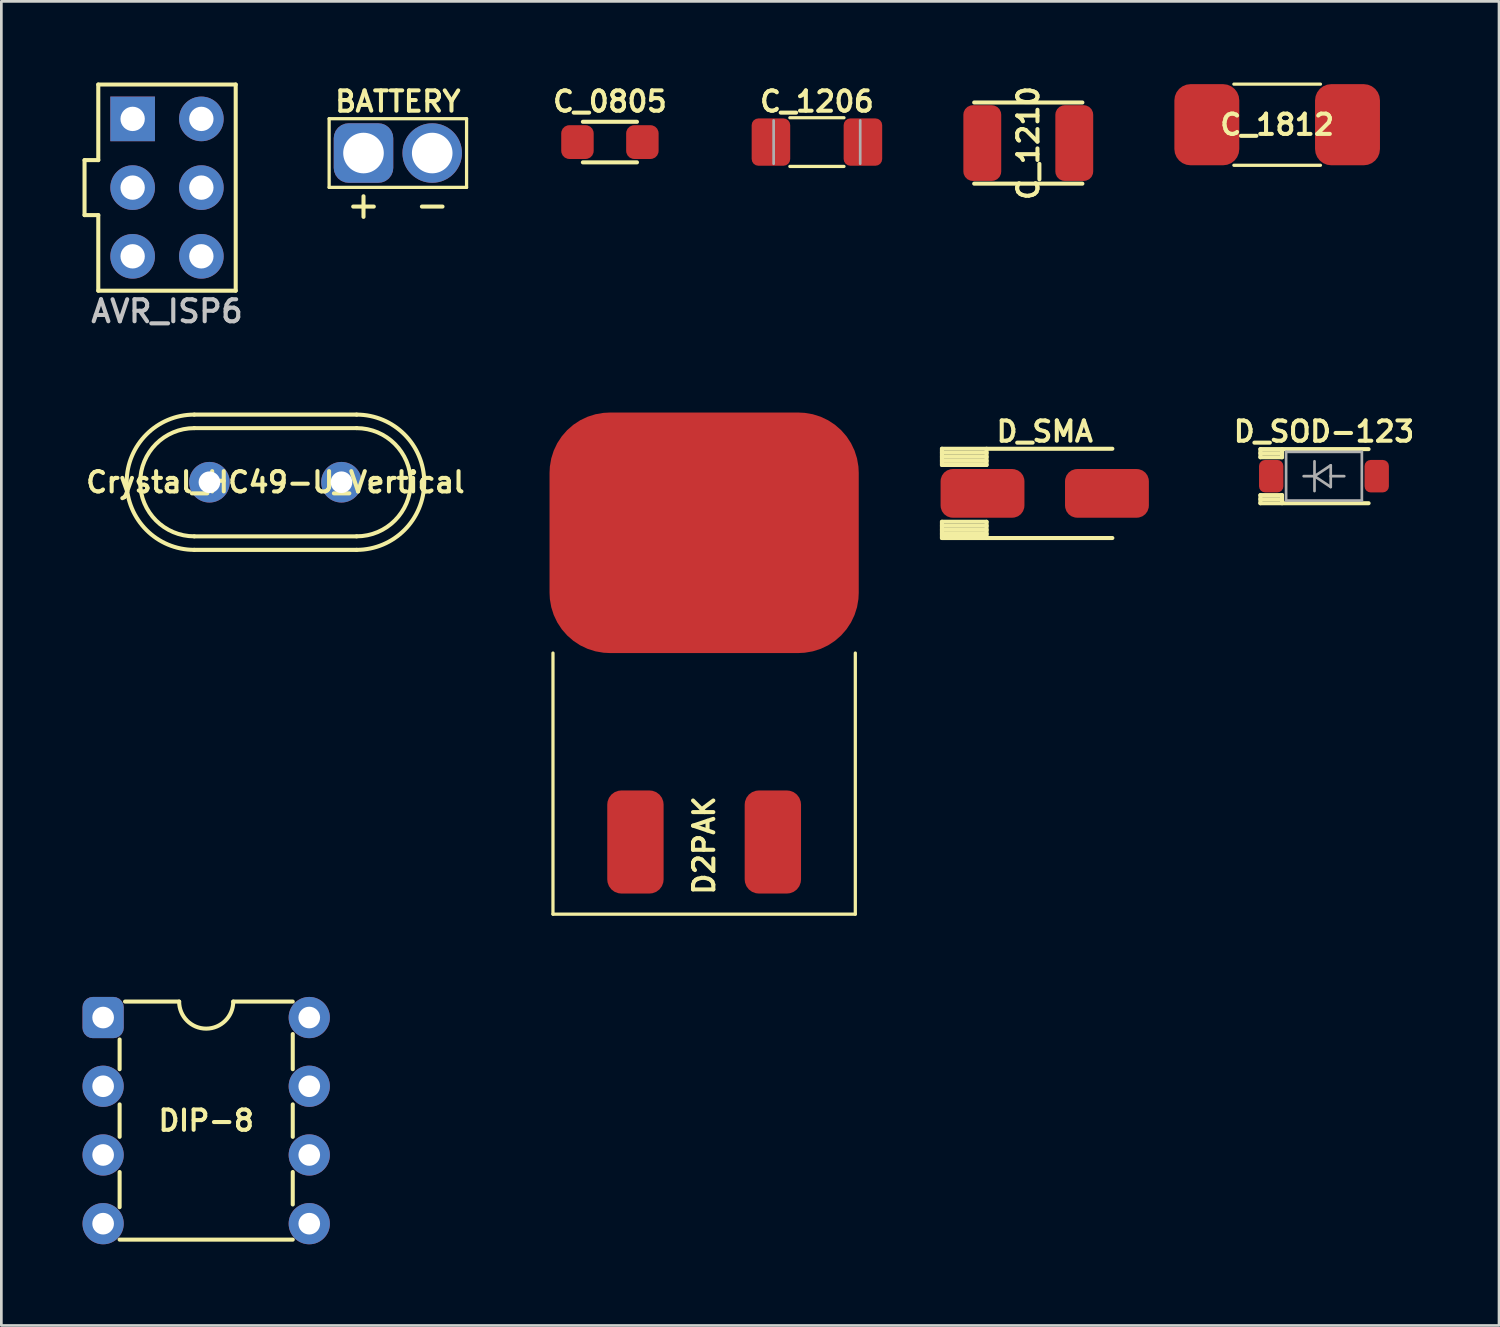
<source format=kicad_pcb>
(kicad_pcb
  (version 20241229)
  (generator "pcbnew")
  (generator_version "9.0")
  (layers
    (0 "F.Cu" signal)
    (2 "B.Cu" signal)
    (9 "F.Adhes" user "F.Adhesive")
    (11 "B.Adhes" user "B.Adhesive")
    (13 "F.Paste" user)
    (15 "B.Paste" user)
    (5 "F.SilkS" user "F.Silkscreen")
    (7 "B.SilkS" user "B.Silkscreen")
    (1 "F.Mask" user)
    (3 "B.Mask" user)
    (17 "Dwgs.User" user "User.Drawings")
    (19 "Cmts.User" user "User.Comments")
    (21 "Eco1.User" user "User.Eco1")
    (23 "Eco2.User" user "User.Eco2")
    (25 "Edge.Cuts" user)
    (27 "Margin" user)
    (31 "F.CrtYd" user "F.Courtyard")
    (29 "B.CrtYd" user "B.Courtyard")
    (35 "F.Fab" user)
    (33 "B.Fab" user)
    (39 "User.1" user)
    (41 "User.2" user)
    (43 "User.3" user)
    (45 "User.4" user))
  (footprint "C_1210"
    (layer "F.Cu")
    (at 34.961 2.239)
    (property "Reference" "C_1210" (at 0 0 90) (layer "F.SilkS") (effects (font (size 0.75 0.75) (thickness 0.15))))
    (attr smd)
    (fp_line (start -2 1.5) (end 2 1.5) (stroke (width 0.15) (type solid)) (layer "F.SilkS"))
    (fp_line (start 2 -1.5) (end -2 -1.5) (stroke (width 0.15) (type solid)) (layer "F.SilkS"))
    (pad "1" smd roundrect (at -1.7 0) (size 1.4 2.8) (layers "F.Cu" "F.Mask" "F.Paste") (roundrect_rratio 0.25))
    (pad "2" smd roundrect (at 1.7 0) (size 1.4 2.8) (layers "F.Cu" "F.Mask" "F.Paste") (roundrect_rratio 0.25)))
  (footprint "AVR_ISP6"
    (layer "F.Cu")
    (at 3.123 3.885)
    (property "Reference" "AVR_ISP6" (at 0 4.572 0) (layer "Dwgs.User") (effects (font (size 0.813 0.813) (thickness 0.152))))
    (attr through_hole)
    (fp_line (start -3.048 -1.016) (end -2.54 -1.016) (stroke (width 0.15) (type solid)) (layer "F.SilkS"))
    (fp_line (start -3.048 1.016) (end -3.048 -1.016) (stroke (width 0.15) (type solid)) (layer "F.SilkS"))
    (fp_line (start -2.54 -3.81) (end 2.54 -3.81) (stroke (width 0.15) (type solid)) (layer "F.SilkS"))
    (fp_line (start -2.54 -1.016) (end -2.54 -3.81) (stroke (width 0.15) (type solid)) (layer "F.SilkS"))
    (fp_line (start -2.54 1.016) (end -3.048 1.016) (stroke (width 0.15) (type solid)) (layer "F.SilkS"))
    (fp_line (start -2.54 3.81) (end -2.54 1.016) (stroke (width 0.15) (type solid)) (layer "F.SilkS"))
    (fp_line (start 2.54 -3.81) (end 2.54 3.81) (stroke (width 0.15) (type solid)) (layer "F.SilkS"))
    (fp_line (start 2.54 3.81) (end -2.54 3.81) (stroke (width 0.15) (type solid)) (layer "F.SilkS"))
    (pad "1" thru_hole rect (at -1.27 -2.54) (size 1.65 1.65) (drill 0.9) (layers "*.Cu" "*.Mask"))
    (pad "2" thru_hole circle (at 1.27 -2.54) (size 1.65 1.65) (drill 0.9) (layers "*.Cu" "*.Mask"))
    (pad "3" thru_hole circle (at -1.27 0) (size 1.65 1.65) (drill 0.9) (layers "*.Cu" "*.Mask"))
    (pad "4" thru_hole circle (at 1.27 0) (size 1.65 1.65) (drill 0.9) (layers "*.Cu" "*.Mask"))
    (pad "5" thru_hole circle (at -1.27 2.54) (size 1.65 1.65) (drill 0.9) (layers "*.Cu" "*.Mask"))
    (pad "6" thru_hole circle (at 1.27 2.54) (size 1.65 1.65) (drill 0.9) (layers "*.Cu" "*.Mask")))
  (footprint "D_SOD-123"
    (layer "F.Cu")
    (at 45.891 14.552)
    (property "Reference" "D_SOD-123" (at 0 -1.65 0) (layer "F.SilkS") (effects (font (size 0.75 0.75) (thickness 0.15))))
    (attr smd)
    (fp_line (start -2.35 -1) (end -2.35 -0.7) (stroke (width 0.15) (type solid)) (layer "F.SilkS"))
    (fp_line (start -2.35 -1) (end 1.65 -1) (stroke (width 0.15) (type solid)) (layer "F.SilkS"))
    (fp_line (start -2.35 -0.85) (end -1.55 -0.85) (stroke (width 0.15) (type solid)) (layer "F.SilkS"))
    (fp_line (start -2.35 -0.7) (end -1.55 -0.7) (stroke (width 0.15) (type solid)) (layer "F.SilkS"))
    (fp_line (start -2.35 0.7) (end -2.35 1) (stroke (width 0.15) (type solid)) (layer "F.SilkS"))
    (fp_line (start -2.35 0.7) (end -1.55 0.7) (stroke (width 0.15) (type solid)) (layer "F.SilkS"))
    (fp_line (start -2.35 0.85) (end -1.55 0.85) (stroke (width 0.15) (type solid)) (layer "F.SilkS"))
    (fp_line (start -2.35 1) (end 1.65 1) (stroke (width 0.15) (type solid)) (layer "F.SilkS"))
    (fp_line (start -1.55 -0.7) (end -1.55 -1) (stroke (width 0.15) (type solid)) (layer "F.SilkS"))
    (fp_line (start -1.55 0.7) (end -1.55 1) (stroke (width 0.15) (type solid)) (layer "F.SilkS"))
    (fp_line (start -1.4 -0.9) (end 1.4 -0.9) (stroke (width 0.1) (type solid)) (layer "F.Fab"))
    (fp_line (start -1.4 0.9) (end -1.4 -0.9) (stroke (width 0.1) (type solid)) (layer "F.Fab"))
    (fp_line (start -0.75 0) (end -0.35 0) (stroke (width 0.1) (type solid)) (layer "F.Fab"))
    (fp_line (start -0.35 0) (end -0.35 -0.55) (stroke (width 0.1) (type solid)) (layer "F.Fab"))
    (fp_line (start -0.35 0) (end -0.35 0.55) (stroke (width 0.1) (type solid)) (layer "F.Fab"))
    (fp_line (start -0.35 0) (end 0.25 -0.4) (stroke (width 0.1) (type solid)) (layer "F.Fab"))
    (fp_line (start 0.25 -0.4) (end 0.25 0.4) (stroke (width 0.1) (type solid)) (layer "F.Fab"))
    (fp_line (start 0.25 0) (end 0.75 0) (stroke (width 0.1) (type solid)) (layer "F.Fab"))
    (fp_line (start 0.25 0.4) (end -0.35 0) (stroke (width 0.1) (type solid)) (layer "F.Fab"))
    (fp_line (start 1.4 -0.9) (end 1.4 0.9) (stroke (width 0.1) (type solid)) (layer "F.Fab"))
    (fp_line (start 1.4 0.9) (end -1.4 0.9) (stroke (width 0.1) (type solid)) (layer "F.Fab"))
    (pad "1" smd roundrect (at -1.95 0) (size 0.9 1.2) (layers "F.Cu" "F.Mask" "F.Paste") (roundrect_rratio 0.25))
    (pad "2" smd roundrect (at 1.95 0) (size 0.9 1.2) (layers "F.Cu" "F.Mask" "F.Paste") (roundrect_rratio 0.25)))
  (footprint "DIP-8"
    (layer "F.Cu")
    (at 4.572 38.374)
    (property "Reference" "DIP-8" (at 0 0 0) (layer "F.SilkS") (effects (font (size 0.75 0.75) (thickness 0.15))))
    (attr through_hole)
    (fp_line (start -3.2 -1.9) (end -3.2 -3) (stroke (width 0.15) (type solid)) (layer "F.SilkS"))
    (fp_line (start -3.2 0.6) (end -3.2 -0.6) (stroke (width 0.15) (type solid)) (layer "F.SilkS"))
    (fp_line (start -3.2 3.2) (end -3.2 1.9) (stroke (width 0.15) (type solid)) (layer "F.SilkS"))
    (fp_line (start -3 -4.4) (end -1 -4.4) (stroke (width 0.15) (type solid)) (layer "F.SilkS"))
    (fp_line (start 3.2 -4.4) (end 1 -4.4) (stroke (width 0.15) (type solid)) (layer "F.SilkS"))
    (fp_line (start 3.2 -3.2) (end 3.2 -1.9) (stroke (width 0.15) (type solid)) (layer "F.SilkS"))
    (fp_line (start 3.2 0.6) (end 3.2 -0.6) (stroke (width 0.15) (type solid)) (layer "F.SilkS"))
    (fp_line (start 3.2 3.1) (end 3.2 1.9) (stroke (width 0.15) (type solid)) (layer "F.SilkS"))
    (fp_line (start 3.2 4.4) (end -3.2 4.4) (stroke (width 0.15) (type solid)) (layer "F.SilkS"))
    (fp_arc (start 1 -4.4) (mid 0 -3.4) (end -1 -4.4) (stroke (width 0.15) (type solid)) (layer "F.SilkS"))
    (pad "1" thru_hole roundrect (at -3.81 -3.81) (size 1.524 1.524) (drill 0.8) (layers "*.Cu" "*.Mask") (roundrect_rratio 0.25))
    (pad "2" thru_hole circle (at -3.81 -1.27) (size 1.524 1.524) (drill 0.8) (layers "*.Cu" "*.Mask"))
    (pad "3" thru_hole circle (at -3.81 1.27) (size 1.524 1.524) (drill 0.8) (layers "*.Cu" "*.Mask"))
    (pad "4" thru_hole circle (at -3.81 3.81) (size 1.524 1.524) (drill 0.8) (layers "*.Cu" "*.Mask"))
    (pad "5" thru_hole circle (at 3.81 3.81) (size 1.524 1.524) (drill 0.8) (layers "*.Cu" "*.Mask"))
    (pad "6" thru_hole circle (at 3.81 1.27) (size 1.524 1.524) (drill 0.8) (layers "*.Cu" "*.Mask"))
    (pad "7" thru_hole circle (at 3.81 -1.27) (size 1.524 1.524) (drill 0.8) (layers "*.Cu" "*.Mask"))
    (pad "8" thru_hole circle (at 3.81 -3.81) (size 1.524 1.524) (drill 0.8) (layers "*.Cu" "*.Mask")))
  (footprint "D2PAK"
    (layer "F.Cu")
    (at 22.979 21.09)
    (property "Reference" "D2PAK" (at 0 7.112 90) (unlocked yes) (layer "F.SilkS") (effects (font (size 0.75 0.75) (thickness 0.15))))
    (attr smd)
    (fp_line (start -5.588 0) (end -5.588 9.652) (stroke (width 0.12) (type solid)) (layer "F.SilkS"))
    (fp_line (start -5.588 9.652) (end 5.588 9.652) (stroke (width 0.12) (type solid)) (layer "F.SilkS"))
    (fp_line (start 5.588 9.652) (end 5.588 0) (stroke (width 0.12) (type solid)) (layer "F.SilkS"))
    (pad "1" smd roundrect (at -2.54 6.985) (size 2.083 3.81) (layers "F.Cu" "F.Mask" "F.Paste") (roundrect_rratio 0.25))
    (pad "2" smd roundrect (at 0 -4.445) (size 11.43 8.89) (layers "F.Cu" "F.Mask" "F.Paste") (roundrect_rratio 0.25))
    (pad "3" smd roundrect (at 2.54 6.985) (size 2.083 3.81) (layers "F.Cu" "F.Mask" "F.Paste") (roundrect_rratio 0.25)))
  (footprint "BATTERY"
    (layer "F.Cu")
    (at 11.657 2.607)
    (property "Reference" "BATTERY" (at 0 -1.905 0) (layer "F.SilkS") (effects (font (size 0.75 0.75) (thickness 0.15))))
    (attr through_hole)
    (fp_line (start -2.54 -1.27) (end 2.54 -1.27) (stroke (width 0.12) (type solid)) (layer "F.SilkS"))
    (fp_line (start -2.54 1.27) (end -2.54 -1.27) (stroke (width 0.12) (type solid)) (layer "F.SilkS"))
    (fp_line (start 2.54 -1.27) (end 2.54 1.27) (stroke (width 0.12) (type solid)) (layer "F.SilkS"))
    (fp_line (start 2.54 1.27) (end -2.54 1.27) (stroke (width 0.12) (type solid)) (layer "F.SilkS"))
    (fp_text user "-" (at 1.27 1.905 0) (layer "F.SilkS") (effects (font (size 1 1) (thickness 0.15))))
    (fp_text user "+" (at -1.27 1.905 0) (layer "F.SilkS") (effects (font (size 1 1) (thickness 0.15))))
    (pad "1" thru_hole roundrect (at -1.27 0) (size 2.2 2.2) (drill 1.5) (layers "*.Cu" "*.Mask") (roundrect_rratio 0.25))
    (pad "2" thru_hole circle (at 1.27 0) (size 2.2 2.2) (drill 1.5) (layers "*.Cu" "*.Mask")))
  (footprint "C_1812"
    (layer "F.Cu")
    (at 44.161 1.56)
    (property "Reference" "C_1812" (at 0 0 0) (layer "F.SilkS") (effects (font (size 0.75 0.75) (thickness 0.15))))
    (attr smd)
    (fp_line (start -1.6 1.5) (end 1.6 1.5) (stroke (width 0.12) (type solid)) (layer "F.SilkS"))
    (fp_line (start 1.6 -1.5) (end -1.6 -1.5) (stroke (width 0.12) (type solid)) (layer "F.SilkS"))
    (pad "1" smd roundrect (at -2.6 0) (size 2.4 3) (layers "F.Cu" "F.Mask" "F.Paste") (roundrect_rratio 0.25))
    (pad "2" smd roundrect (at 2.6 0) (size 2.4 3) (layers "F.Cu" "F.Mask" "F.Paste") (roundrect_rratio 0.25)))
  (footprint "C_1206"
    (layer "F.Cu")
    (at 27.148 2.202)
    (property "Reference" "C_1206" (at 0 -1.5 0) (layer "F.SilkS") (effects (font (size 0.75 0.75) (thickness 0.15))))
    (attr smd)
    (fp_line (start -1 -0.9) (end 1 -0.9) (stroke (width 0.12) (type solid)) (layer "F.SilkS"))
    (fp_line (start -1 0.9) (end 1 0.9) (stroke (width 0.12) (type solid)) (layer "F.SilkS"))
    (fp_line (start -1.6 0.8) (end -1.6 -0.8) (stroke (width 0.1) (type solid)) (layer "F.Fab"))
    (fp_line (start 1.6 -0.8) (end 1.6 0.8) (stroke (width 0.1) (type solid)) (layer "F.Fab"))
    (pad "1" smd roundrect (at -1.7 0) (size 1.425 1.75) (layers "F.Cu" "F.Mask" "F.Paste") (roundrect_rratio 0.175))
    (pad "2" smd roundrect (at 1.7 0) (size 1.425 1.75) (layers "F.Cu" "F.Mask" "F.Paste") (roundrect_rratio 0.175)))
  (footprint "Crystal_HC49-U_Vertical"
    (layer "F.Cu")
    (at 7.132 14.776)
    (property "Reference" "Crystal_HC49-U_Vertical" (at 0 0 0) (layer "F.SilkS") (effects (font (size 0.75 0.75) (thickness 0.15))))
    (attr through_hole)
    (fp_line (start -3 -2.5) (end 3 -2.5) (stroke (width 0.152) (type solid)) (layer "F.SilkS"))
    (fp_line (start -3 2) (end 3 2) (stroke (width 0.15) (type solid)) (layer "F.SilkS"))
    (fp_line (start 3 -2) (end -3 -2) (stroke (width 0.15) (type solid)) (layer "F.SilkS"))
    (fp_line (start 3 2.5) (end -3 2.5) (stroke (width 0.152) (type solid)) (layer "F.SilkS"))
    (fp_arc (start -3 2) (mid -5 0) (end -3 -2) (stroke (width 0.15) (type solid)) (layer "F.SilkS"))
    (fp_arc (start -3 2.5) (mid -5.5 0) (end -3 -2.5) (stroke (width 0.15) (type solid)) (layer "F.SilkS"))
    (fp_arc (start 3 -2.5) (mid 5.5 0) (end 3 2.5) (stroke (width 0.15) (type solid)) (layer "F.SilkS"))
    (fp_arc (start 3 -2) (mid 5 0) (end 3 2) (stroke (width 0.15) (type solid)) (layer "F.SilkS"))
    (pad "1" thru_hole circle (at -2.44 0) (size 1.501 1.501) (drill 0.8) (layers "*.Cu" "*.Mask"))
    (pad "2" thru_hole circle (at 2.44 0) (size 1.501 1.501) (drill 0.8) (layers "*.Cu" "*.Mask")))
  (footprint "C_0805"
    (layer "F.Cu")
    (at 19.496 2.202)
    (property "Reference" "C_0805" (at 0 -1.5 0) (layer "F.SilkS") (effects (font (size 0.75 0.75) (thickness 0.15))))
    (attr smd)
    (fp_line (start -1 0.75) (end 1 0.75) (stroke (width 0.15) (type solid)) (layer "F.SilkS"))
    (fp_line (start 1 -0.75) (end -1 -0.75) (stroke (width 0.15) (type solid)) (layer "F.SilkS"))
    (pad "1" smd roundrect (at -1.2 0) (size 1.2 1.25) (layers "F.Cu" "F.Mask" "F.Paste") (roundrect_rratio 0.25))
    (pad "2" smd roundrect (at 1.2 0) (size 1.2 1.25) (layers "F.Cu" "F.Mask" "F.Paste") (roundrect_rratio 0.25)))
  (footprint "D_SMA"
    (layer "F.Cu")
    (at 35.569 15.188)
    (property "Reference" "D_SMA" (at 0 -2.286 0) (layer "F.SilkS") (effects (font (size 0.75 0.75) (thickness 0.15))))
    (attr smd)
    (fp_line (start -3.8 -1.65) (end -3.8 -1.05) (stroke (width 0.15) (type solid)) (layer "F.SilkS"))
    (fp_line (start -3.8 -1.65) (end 2.5 -1.65) (stroke (width 0.15) (type solid)) (layer "F.SilkS"))
    (fp_line (start -3.8 -1.5) (end -2.15 -1.5) (stroke (width 0.15) (type solid)) (layer "F.SilkS"))
    (fp_line (start -3.8 -1.35) (end -2.15 -1.35) (stroke (width 0.15) (type solid)) (layer "F.SilkS"))
    (fp_line (start -3.8 -1.2) (end -2.15 -1.2) (stroke (width 0.15) (type solid)) (layer "F.SilkS"))
    (fp_line (start -3.8 -1.05) (end -2.15 -1.05) (stroke (width 0.15) (type solid)) (layer "F.SilkS"))
    (fp_line (start -3.8 1.05) (end -3.8 1.65) (stroke (width 0.15) (type solid)) (layer "F.SilkS"))
    (fp_line (start -3.8 1.05) (end -2.15 1.05) (stroke (width 0.15) (type solid)) (layer "F.SilkS"))
    (fp_line (start -3.8 1.35) (end -2.15 1.35) (stroke (width 0.15) (type solid)) (layer "F.SilkS"))
    (fp_line (start -3.8 1.65) (end 2.5 1.65) (stroke (width 0.15) (type solid)) (layer "F.SilkS"))
    (fp_line (start -2.15 -1.65) (end -2.15 -1.05) (stroke (width 0.15) (type solid)) (layer "F.SilkS"))
    (fp_line (start -2.15 1.05) (end -2.15 1.65) (stroke (width 0.15) (type solid)) (layer "F.SilkS"))
    (fp_line (start -2.15 1.2) (end -3.8 1.2) (stroke (width 0.15) (type solid)) (layer "F.SilkS"))
    (fp_line (start -2.15 1.5) (end -3.8 1.5) (stroke (width 0.15) (type solid)) (layer "F.SilkS"))
    (pad "1" smd roundrect (at -2.3 0) (size 3.1 1.8) (layers "F.Cu" "F.Mask" "F.Paste") (roundrect_rratio 0.25))
    (pad "2" smd roundrect (at 2.3 0) (size 3.1 1.8) (layers "F.Cu" "F.Mask" "F.Paste") (roundrect_rratio 0.25)))
  (gr_rect
    (start -3 -3)
    (end 52.362 45.946)
    (stroke (width 0.1) (type default))
    (fill no)
    (layer "Edge.Cuts")))
</source>
